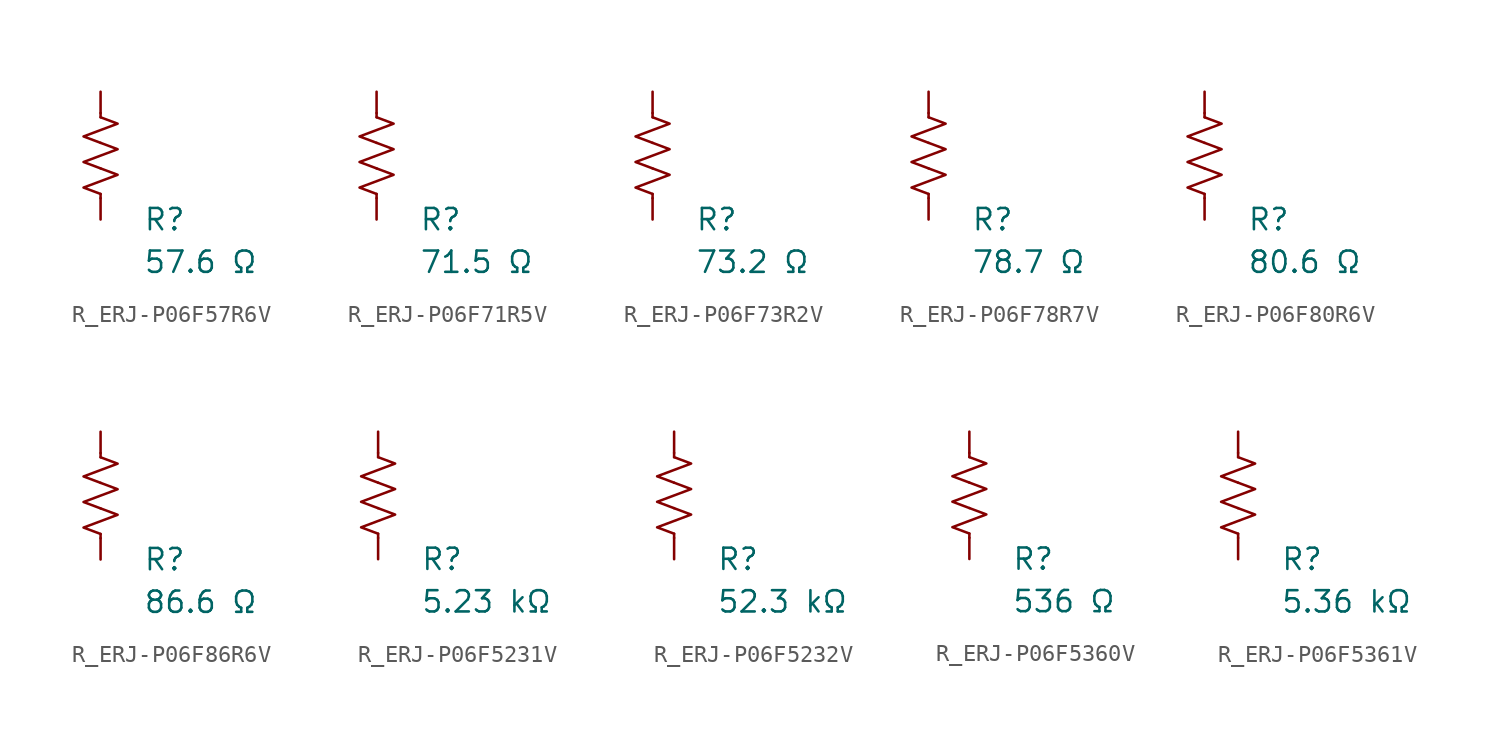
<source format=kicad_sym>
(kicad_symbol_lib
  (version 20231120)
  (generator "kicad_symbol_editor")
  (generator_version "8.0")
  (symbol "R_ERJ-P06F57R6V"
    (pin_numbers hide)
    (pin_names
      (offset 0))
    (property "Reference" "R"
      (at 2.54 -3.81 0)
      (effects (font (size 1.27 1.27)) (justify left))
      (show_name no))
    (property "Value" "57.6 Ω"
      (at 2.54 -6.35 0)
      (effects (font (size 1.27 1.27)) (justify left))
      (show_name no))
    (symbol "R_ERJ-P06F57R6V_0_1"
      (polyline (pts (xy 0 -2.286) (xy 0 -2.54)) (stroke (width 0) (type default)) (fill (type none)))
      (polyline (pts (xy 0 2.286) (xy 0 2.54)) (stroke (width 0) (type default)) (fill (type none)))
      (polyline (pts (xy 0 -0.762) (xy 1.016 -1.143) (xy 0 -1.524) (xy -1.016 -1.905) (xy 0 -2.286)) (stroke (width 0) (type default)) (fill (type none)))
      (polyline (pts (xy 0 0.762) (xy 1.016 0.381) (xy 0 0) (xy -1.016 -0.381) (xy 0 -0.762)) (stroke (width 0) (type default)) (fill (type none)))
      (polyline (pts (xy 0 2.286) (xy 1.016 1.905) (xy 0 1.524) (xy -1.016 1.143) (xy 0 0.762)) (stroke (width 0) (type default)) (fill (type none))))
    (symbol "R_ERJ-P06F57R6V_1_1"
      (pin passive line (at 0 3.81 270) (length 1.27) (name "~" (effects (font (size 1.27 1.27)))) (number "1" (effects (font (size 1.27 1.27)))))
      (pin passive line (at 0 -3.81 90) (length 1.27) (name "~" (effects (font (size 1.27 1.27)))) (number "2" (effects (font (size 1.27 1.27)))))))
  (symbol "R_ERJ-P06F71R5V"
    (pin_numbers hide)
    (pin_names
      (offset 0))
    (property "Reference" "R"
      (at 2.54 -3.81 0)
      (effects (font (size 1.27 1.27)) (justify left))
      (show_name no))
    (property "Value" "71.5 Ω"
      (at 2.54 -6.35 0)
      (effects (font (size 1.27 1.27)) (justify left))
      (show_name no))
    (symbol "R_ERJ-P06F71R5V_0_1"
      (polyline (pts (xy 0 -2.286) (xy 0 -2.54)) (stroke (width 0) (type default)) (fill (type none)))
      (polyline (pts (xy 0 2.286) (xy 0 2.54)) (stroke (width 0) (type default)) (fill (type none)))
      (polyline (pts (xy 0 -0.762) (xy 1.016 -1.143) (xy 0 -1.524) (xy -1.016 -1.905) (xy 0 -2.286)) (stroke (width 0) (type default)) (fill (type none)))
      (polyline (pts (xy 0 0.762) (xy 1.016 0.381) (xy 0 0) (xy -1.016 -0.381) (xy 0 -0.762)) (stroke (width 0) (type default)) (fill (type none)))
      (polyline (pts (xy 0 2.286) (xy 1.016 1.905) (xy 0 1.524) (xy -1.016 1.143) (xy 0 0.762)) (stroke (width 0) (type default)) (fill (type none))))
    (symbol "R_ERJ-P06F71R5V_1_1"
      (pin passive line (at 0 3.81 270) (length 1.27) (name "~" (effects (font (size 1.27 1.27)))) (number "1" (effects (font (size 1.27 1.27)))))
      (pin passive line (at 0 -3.81 90) (length 1.27) (name "~" (effects (font (size 1.27 1.27)))) (number "2" (effects (font (size 1.27 1.27)))))))
  (symbol "R_ERJ-P06F73R2V"
    (pin_numbers hide)
    (pin_names
      (offset 0))
    (property "Reference" "R"
      (at 2.54 -3.81 0)
      (effects (font (size 1.27 1.27)) (justify left))
      (show_name no))
    (property "Value" "73.2 Ω"
      (at 2.54 -6.35 0)
      (effects (font (size 1.27 1.27)) (justify left))
      (show_name no))
    (symbol "R_ERJ-P06F73R2V_0_1"
      (polyline (pts (xy 0 -2.286) (xy 0 -2.54)) (stroke (width 0) (type default)) (fill (type none)))
      (polyline (pts (xy 0 2.286) (xy 0 2.54)) (stroke (width 0) (type default)) (fill (type none)))
      (polyline (pts (xy 0 -0.762) (xy 1.016 -1.143) (xy 0 -1.524) (xy -1.016 -1.905) (xy 0 -2.286)) (stroke (width 0) (type default)) (fill (type none)))
      (polyline (pts (xy 0 0.762) (xy 1.016 0.381) (xy 0 0) (xy -1.016 -0.381) (xy 0 -0.762)) (stroke (width 0) (type default)) (fill (type none)))
      (polyline (pts (xy 0 2.286) (xy 1.016 1.905) (xy 0 1.524) (xy -1.016 1.143) (xy 0 0.762)) (stroke (width 0) (type default)) (fill (type none))))
    (symbol "R_ERJ-P06F73R2V_1_1"
      (pin passive line (at 0 3.81 270) (length 1.27) (name "~" (effects (font (size 1.27 1.27)))) (number "1" (effects (font (size 1.27 1.27)))))
      (pin passive line (at 0 -3.81 90) (length 1.27) (name "~" (effects (font (size 1.27 1.27)))) (number "2" (effects (font (size 1.27 1.27)))))))
  (symbol "R_ERJ-P06F78R7V"
    (pin_numbers hide)
    (pin_names
      (offset 0))
    (property "Reference" "R"
      (at 2.54 -3.81 0)
      (effects (font (size 1.27 1.27)) (justify left))
      (show_name no))
    (property "Value" "78.7 Ω"
      (at 2.54 -6.35 0)
      (effects (font (size 1.27 1.27)) (justify left))
      (show_name no))
    (symbol "R_ERJ-P06F78R7V_0_1"
      (polyline (pts (xy 0 -2.286) (xy 0 -2.54)) (stroke (width 0) (type default)) (fill (type none)))
      (polyline (pts (xy 0 2.286) (xy 0 2.54)) (stroke (width 0) (type default)) (fill (type none)))
      (polyline (pts (xy 0 -0.762) (xy 1.016 -1.143) (xy 0 -1.524) (xy -1.016 -1.905) (xy 0 -2.286)) (stroke (width 0) (type default)) (fill (type none)))
      (polyline (pts (xy 0 0.762) (xy 1.016 0.381) (xy 0 0) (xy -1.016 -0.381) (xy 0 -0.762)) (stroke (width 0) (type default)) (fill (type none)))
      (polyline (pts (xy 0 2.286) (xy 1.016 1.905) (xy 0 1.524) (xy -1.016 1.143) (xy 0 0.762)) (stroke (width 0) (type default)) (fill (type none))))
    (symbol "R_ERJ-P06F78R7V_1_1"
      (pin passive line (at 0 3.81 270) (length 1.27) (name "~" (effects (font (size 1.27 1.27)))) (number "1" (effects (font (size 1.27 1.27)))))
      (pin passive line (at 0 -3.81 90) (length 1.27) (name "~" (effects (font (size 1.27 1.27)))) (number "2" (effects (font (size 1.27 1.27)))))))
  (symbol "R_ERJ-P06F80R6V"
    (pin_numbers hide)
    (pin_names
      (offset 0))
    (property "Reference" "R"
      (at 2.54 -3.81 0)
      (effects (font (size 1.27 1.27)) (justify left))
      (show_name no))
    (property "Value" "80.6 Ω"
      (at 2.54 -6.35 0)
      (effects (font (size 1.27 1.27)) (justify left))
      (show_name no))
    (symbol "R_ERJ-P06F80R6V_0_1"
      (polyline (pts (xy 0 -2.286) (xy 0 -2.54)) (stroke (width 0) (type default)) (fill (type none)))
      (polyline (pts (xy 0 2.286) (xy 0 2.54)) (stroke (width 0) (type default)) (fill (type none)))
      (polyline (pts (xy 0 -0.762) (xy 1.016 -1.143) (xy 0 -1.524) (xy -1.016 -1.905) (xy 0 -2.286)) (stroke (width 0) (type default)) (fill (type none)))
      (polyline (pts (xy 0 0.762) (xy 1.016 0.381) (xy 0 0) (xy -1.016 -0.381) (xy 0 -0.762)) (stroke (width 0) (type default)) (fill (type none)))
      (polyline (pts (xy 0 2.286) (xy 1.016 1.905) (xy 0 1.524) (xy -1.016 1.143) (xy 0 0.762)) (stroke (width 0) (type default)) (fill (type none))))
    (symbol "R_ERJ-P06F80R6V_1_1"
      (pin passive line (at 0 3.81 270) (length 1.27) (name "~" (effects (font (size 1.27 1.27)))) (number "1" (effects (font (size 1.27 1.27)))))
      (pin passive line (at 0 -3.81 90) (length 1.27) (name "~" (effects (font (size 1.27 1.27)))) (number "2" (effects (font (size 1.27 1.27)))))))
  (symbol "R_ERJ-P06F86R6V"
    (pin_numbers hide)
    (pin_names
      (offset 0))
    (property "Reference" "R"
      (at 2.54 -3.81 0)
      (effects (font (size 1.27 1.27)) (justify left))
      (show_name no))
    (property "Value" "86.6 Ω"
      (at 2.54 -6.35 0)
      (effects (font (size 1.27 1.27)) (justify left))
      (show_name no))
    (symbol "R_ERJ-P06F86R6V_0_1"
      (polyline (pts (xy 0 -2.286) (xy 0 -2.54)) (stroke (width 0) (type default)) (fill (type none)))
      (polyline (pts (xy 0 2.286) (xy 0 2.54)) (stroke (width 0) (type default)) (fill (type none)))
      (polyline (pts (xy 0 -0.762) (xy 1.016 -1.143) (xy 0 -1.524) (xy -1.016 -1.905) (xy 0 -2.286)) (stroke (width 0) (type default)) (fill (type none)))
      (polyline (pts (xy 0 0.762) (xy 1.016 0.381) (xy 0 0) (xy -1.016 -0.381) (xy 0 -0.762)) (stroke (width 0) (type default)) (fill (type none)))
      (polyline (pts (xy 0 2.286) (xy 1.016 1.905) (xy 0 1.524) (xy -1.016 1.143) (xy 0 0.762)) (stroke (width 0) (type default)) (fill (type none))))
    (symbol "R_ERJ-P06F86R6V_1_1"
      (pin passive line (at 0 3.81 270) (length 1.27) (name "~" (effects (font (size 1.27 1.27)))) (number "1" (effects (font (size 1.27 1.27)))))
      (pin passive line (at 0 -3.81 90) (length 1.27) (name "~" (effects (font (size 1.27 1.27)))) (number "2" (effects (font (size 1.27 1.27)))))))
  (symbol "R_ERJ-P06F5231V"
    (pin_numbers hide)
    (pin_names
      (offset 0))
    (property "Reference" "R"
      (at 2.54 -3.81 0)
      (effects (font (size 1.27 1.27)) (justify left))
      (show_name no))
    (property "Value" "5.23 kΩ"
      (at 2.54 -6.35 0)
      (effects (font (size 1.27 1.27)) (justify left))
      (show_name no))
    (symbol "R_ERJ-P06F5231V_0_1"
      (polyline (pts (xy 0 -2.286) (xy 0 -2.54)) (stroke (width 0) (type default)) (fill (type none)))
      (polyline (pts (xy 0 2.286) (xy 0 2.54)) (stroke (width 0) (type default)) (fill (type none)))
      (polyline (pts (xy 0 -0.762) (xy 1.016 -1.143) (xy 0 -1.524) (xy -1.016 -1.905) (xy 0 -2.286)) (stroke (width 0) (type default)) (fill (type none)))
      (polyline (pts (xy 0 0.762) (xy 1.016 0.381) (xy 0 0) (xy -1.016 -0.381) (xy 0 -0.762)) (stroke (width 0) (type default)) (fill (type none)))
      (polyline (pts (xy 0 2.286) (xy 1.016 1.905) (xy 0 1.524) (xy -1.016 1.143) (xy 0 0.762)) (stroke (width 0) (type default)) (fill (type none))))
    (symbol "R_ERJ-P06F5231V_1_1"
      (pin passive line (at 0 3.81 270) (length 1.27) (name "~" (effects (font (size 1.27 1.27)))) (number "1" (effects (font (size 1.27 1.27)))))
      (pin passive line (at 0 -3.81 90) (length 1.27) (name "~" (effects (font (size 1.27 1.27)))) (number "2" (effects (font (size 1.27 1.27)))))))
  (symbol "R_ERJ-P06F5232V"
    (pin_numbers hide)
    (pin_names
      (offset 0))
    (property "Reference" "R"
      (at 2.54 -3.81 0)
      (effects (font (size 1.27 1.27)) (justify left))
      (show_name no))
    (property "Value" "52.3 kΩ"
      (at 2.54 -6.35 0)
      (effects (font (size 1.27 1.27)) (justify left))
      (show_name no))
    (symbol "R_ERJ-P06F5232V_0_1"
      (polyline (pts (xy 0 -2.286) (xy 0 -2.54)) (stroke (width 0) (type default)) (fill (type none)))
      (polyline (pts (xy 0 2.286) (xy 0 2.54)) (stroke (width 0) (type default)) (fill (type none)))
      (polyline (pts (xy 0 -0.762) (xy 1.016 -1.143) (xy 0 -1.524) (xy -1.016 -1.905) (xy 0 -2.286)) (stroke (width 0) (type default)) (fill (type none)))
      (polyline (pts (xy 0 0.762) (xy 1.016 0.381) (xy 0 0) (xy -1.016 -0.381) (xy 0 -0.762)) (stroke (width 0) (type default)) (fill (type none)))
      (polyline (pts (xy 0 2.286) (xy 1.016 1.905) (xy 0 1.524) (xy -1.016 1.143) (xy 0 0.762)) (stroke (width 0) (type default)) (fill (type none))))
    (symbol "R_ERJ-P06F5232V_1_1"
      (pin passive line (at 0 3.81 270) (length 1.27) (name "~" (effects (font (size 1.27 1.27)))) (number "1" (effects (font (size 1.27 1.27)))))
      (pin passive line (at 0 -3.81 90) (length 1.27) (name "~" (effects (font (size 1.27 1.27)))) (number "2" (effects (font (size 1.27 1.27)))))))
  (symbol "R_ERJ-P06F5360V"
    (pin_numbers hide)
    (pin_names
      (offset 0))
    (property "Reference" "R"
      (at 2.54 -3.81 0)
      (effects (font (size 1.27 1.27)) (justify left))
      (show_name no))
    (property "Value" "536 Ω"
      (at 2.54 -6.35 0)
      (effects (font (size 1.27 1.27)) (justify left))
      (show_name no))
    (symbol "R_ERJ-P06F5360V_0_1"
      (polyline (pts (xy 0 -2.286) (xy 0 -2.54)) (stroke (width 0) (type default)) (fill (type none)))
      (polyline (pts (xy 0 2.286) (xy 0 2.54)) (stroke (width 0) (type default)) (fill (type none)))
      (polyline (pts (xy 0 -0.762) (xy 1.016 -1.143) (xy 0 -1.524) (xy -1.016 -1.905) (xy 0 -2.286)) (stroke (width 0) (type default)) (fill (type none)))
      (polyline (pts (xy 0 0.762) (xy 1.016 0.381) (xy 0 0) (xy -1.016 -0.381) (xy 0 -0.762)) (stroke (width 0) (type default)) (fill (type none)))
      (polyline (pts (xy 0 2.286) (xy 1.016 1.905) (xy 0 1.524) (xy -1.016 1.143) (xy 0 0.762)) (stroke (width 0) (type default)) (fill (type none))))
    (symbol "R_ERJ-P06F5360V_1_1"
      (pin passive line (at 0 3.81 270) (length 1.27) (name "~" (effects (font (size 1.27 1.27)))) (number "1" (effects (font (size 1.27 1.27)))))
      (pin passive line (at 0 -3.81 90) (length 1.27) (name "~" (effects (font (size 1.27 1.27)))) (number "2" (effects (font (size 1.27 1.27)))))))
  (symbol "R_ERJ-P06F5361V"
    (pin_numbers hide)
    (pin_names
      (offset 0))
    (property "Reference" "R"
      (at 2.54 -3.81 0)
      (effects (font (size 1.27 1.27)) (justify left))
      (show_name no))
    (property "Value" "5.36 kΩ"
      (at 2.54 -6.35 0)
      (effects (font (size 1.27 1.27)) (justify left))
      (show_name no))
    (symbol "R_ERJ-P06F5361V_0_1"
      (polyline (pts (xy 0 -2.286) (xy 0 -2.54)) (stroke (width 0) (type default)) (fill (type none)))
      (polyline (pts (xy 0 2.286) (xy 0 2.54)) (stroke (width 0) (type default)) (fill (type none)))
      (polyline (pts (xy 0 -0.762) (xy 1.016 -1.143) (xy 0 -1.524) (xy -1.016 -1.905) (xy 0 -2.286)) (stroke (width 0) (type default)) (fill (type none)))
      (polyline (pts (xy 0 0.762) (xy 1.016 0.381) (xy 0 0) (xy -1.016 -0.381) (xy 0 -0.762)) (stroke (width 0) (type default)) (fill (type none)))
      (polyline (pts (xy 0 2.286) (xy 1.016 1.905) (xy 0 1.524) (xy -1.016 1.143) (xy 0 0.762)) (stroke (width 0) (type default)) (fill (type none))))
    (symbol "R_ERJ-P06F5361V_1_1"
      (pin passive line (at 0 3.81 270) (length 1.27) (name "~" (effects (font (size 1.27 1.27)))) (number "1" (effects (font (size 1.27 1.27)))))
      (pin passive line (at 0 -3.81 90) (length 1.27) (name "~" (effects (font (size 1.27 1.27)))) (number "2" (effects (font (size 1.27 1.27))))))))
</source>
